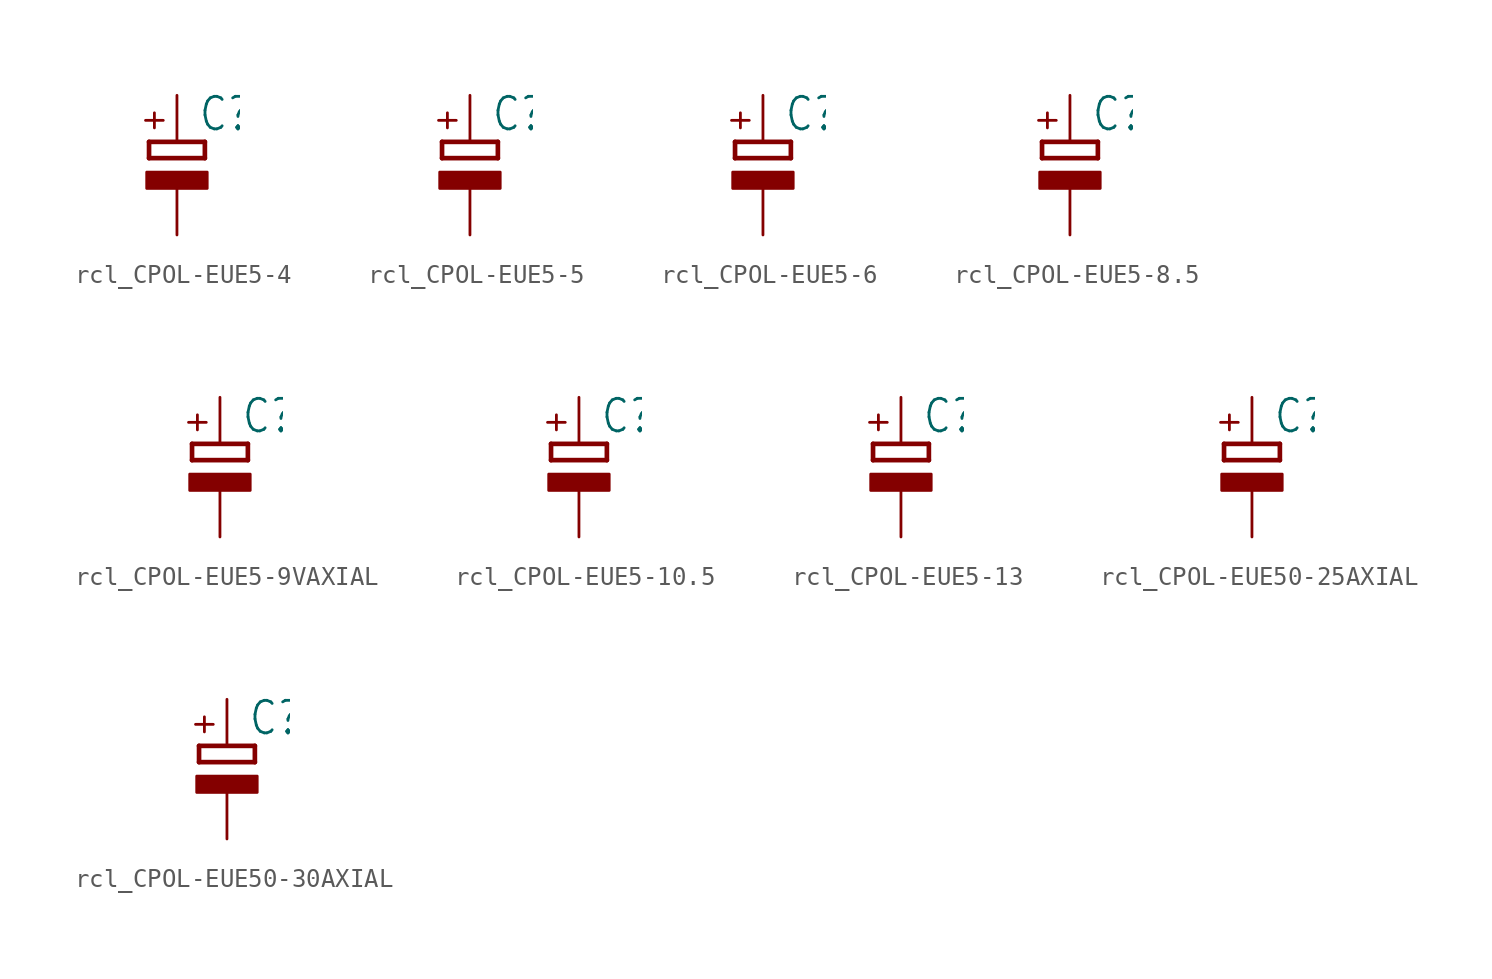
<source format=kicad_sym>
(kicad_symbol_lib
  (version 20241209)
  (generator "kicad_symbol_editor")
  (generator_version "9.0")
  (symbol "rcl_CPOL-EUE5-4"
    (property "Reference" "C"
      (at 1.143 0.483 0)
      (effects (font (size 1.778 1.511)) (justify left bottom)))
    (property "Value" ""
      (at 1.143 -4.597 0)
      (effects (font (size 1.778 1.511)) (justify left bottom)))
    (property "ki_locked" ""
      (at 0 0 0)
      (effects (font (size 1.27 1.27))))
    (symbol "rcl_CPOL-EUE5-4_1_0"
      (rectangle (start -1.651 -2.54) (end 1.651 -1.651) (stroke (width 0) (type default)) (fill (type outline)))
      (polyline (pts (xy -1.524 0) (xy -1.524 -0.889)) (stroke (width 0.254) (type solid)) (fill (type none)))
      (polyline (pts (xy -1.524 0) (xy 1.524 0)) (stroke (width 0.254) (type solid)) (fill (type none)))
      (polyline (pts (xy -1.524 -0.889) (xy 1.524 -0.889)) (stroke (width 0.254) (type solid)) (fill (type none)))
      (polyline (pts (xy 1.524 -0.889) (xy 1.524 0)) (stroke (width 0.254) (type solid)) (fill (type none)))
      (text "+" (at -0.584 0.406 900) (effects (font (size 1.27 1.079)) (justify left bottom)))
      (pin passive line (at 0 2.54 270) (length 2.54) (name "+" (effects (font (size 0 0)))) (number "+" (effects (font (size 0 0)))))
      (pin passive line (at 0 -5.08 90) (length 2.54) (name "-" (effects (font (size 0 0)))) (number "-" (effects (font (size 0 0)))))))
  (symbol "rcl_CPOL-EUE5-5"
    (property "Reference" "C"
      (at 1.143 0.483 0)
      (effects (font (size 1.778 1.511)) (justify left bottom)))
    (property "Value" ""
      (at 1.143 -4.597 0)
      (effects (font (size 1.778 1.511)) (justify left bottom)))
    (property "ki_locked" ""
      (at 0 0 0)
      (effects (font (size 1.27 1.27))))
    (symbol "rcl_CPOL-EUE5-5_1_0"
      (rectangle (start -1.651 -2.54) (end 1.651 -1.651) (stroke (width 0) (type default)) (fill (type outline)))
      (polyline (pts (xy -1.524 0) (xy -1.524 -0.889)) (stroke (width 0.254) (type solid)) (fill (type none)))
      (polyline (pts (xy -1.524 0) (xy 1.524 0)) (stroke (width 0.254) (type solid)) (fill (type none)))
      (polyline (pts (xy -1.524 -0.889) (xy 1.524 -0.889)) (stroke (width 0.254) (type solid)) (fill (type none)))
      (polyline (pts (xy 1.524 -0.889) (xy 1.524 0)) (stroke (width 0.254) (type solid)) (fill (type none)))
      (text "+" (at -0.584 0.406 900) (effects (font (size 1.27 1.079)) (justify left bottom)))
      (pin passive line (at 0 2.54 270) (length 2.54) (name "+" (effects (font (size 0 0)))) (number "+" (effects (font (size 0 0)))))
      (pin passive line (at 0 -5.08 90) (length 2.54) (name "-" (effects (font (size 0 0)))) (number "-" (effects (font (size 0 0)))))))
  (symbol "rcl_CPOL-EUE5-6"
    (property "Reference" "C"
      (at 1.143 0.483 0)
      (effects (font (size 1.778 1.511)) (justify left bottom)))
    (property "Value" ""
      (at 1.143 -4.597 0)
      (effects (font (size 1.778 1.511)) (justify left bottom)))
    (property "ki_locked" ""
      (at 0 0 0)
      (effects (font (size 1.27 1.27))))
    (symbol "rcl_CPOL-EUE5-6_1_0"
      (rectangle (start -1.651 -2.54) (end 1.651 -1.651) (stroke (width 0) (type default)) (fill (type outline)))
      (polyline (pts (xy -1.524 0) (xy -1.524 -0.889)) (stroke (width 0.254) (type solid)) (fill (type none)))
      (polyline (pts (xy -1.524 0) (xy 1.524 0)) (stroke (width 0.254) (type solid)) (fill (type none)))
      (polyline (pts (xy -1.524 -0.889) (xy 1.524 -0.889)) (stroke (width 0.254) (type solid)) (fill (type none)))
      (polyline (pts (xy 1.524 -0.889) (xy 1.524 0)) (stroke (width 0.254) (type solid)) (fill (type none)))
      (text "+" (at -0.584 0.406 900) (effects (font (size 1.27 1.079)) (justify left bottom)))
      (pin passive line (at 0 2.54 270) (length 2.54) (name "+" (effects (font (size 0 0)))) (number "+" (effects (font (size 0 0)))))
      (pin passive line (at 0 -5.08 90) (length 2.54) (name "-" (effects (font (size 0 0)))) (number "-" (effects (font (size 0 0)))))))
  (symbol "rcl_CPOL-EUE5-8.5"
    (property "Reference" "C"
      (at 1.143 0.483 0)
      (effects (font (size 1.778 1.511)) (justify left bottom)))
    (property "Value" ""
      (at 1.143 -4.597 0)
      (effects (font (size 1.778 1.511)) (justify left bottom)))
    (property "ki_locked" ""
      (at 0 0 0)
      (effects (font (size 1.27 1.27))))
    (symbol "rcl_CPOL-EUE5-8.5_1_0"
      (rectangle (start -1.651 -2.54) (end 1.651 -1.651) (stroke (width 0) (type default)) (fill (type outline)))
      (polyline (pts (xy -1.524 0) (xy -1.524 -0.889)) (stroke (width 0.254) (type solid)) (fill (type none)))
      (polyline (pts (xy -1.524 0) (xy 1.524 0)) (stroke (width 0.254) (type solid)) (fill (type none)))
      (polyline (pts (xy -1.524 -0.889) (xy 1.524 -0.889)) (stroke (width 0.254) (type solid)) (fill (type none)))
      (polyline (pts (xy 1.524 -0.889) (xy 1.524 0)) (stroke (width 0.254) (type solid)) (fill (type none)))
      (text "+" (at -0.584 0.406 900) (effects (font (size 1.27 1.079)) (justify left bottom)))
      (pin passive line (at 0 2.54 270) (length 2.54) (name "+" (effects (font (size 0 0)))) (number "+" (effects (font (size 0 0)))))
      (pin passive line (at 0 -5.08 90) (length 2.54) (name "-" (effects (font (size 0 0)))) (number "-" (effects (font (size 0 0)))))))
  (symbol "rcl_CPOL-EUE5-9VAXIAL"
    (property "Reference" "C"
      (at 1.143 0.483 0)
      (effects (font (size 1.778 1.511)) (justify left bottom)))
    (property "Value" ""
      (at 1.143 -4.597 0)
      (effects (font (size 1.778 1.511)) (justify left bottom)))
    (property "ki_locked" ""
      (at 0 0 0)
      (effects (font (size 1.27 1.27))))
    (symbol "rcl_CPOL-EUE5-9VAXIAL_1_0"
      (rectangle (start -1.651 -2.54) (end 1.651 -1.651) (stroke (width 0) (type default)) (fill (type outline)))
      (polyline (pts (xy -1.524 0) (xy -1.524 -0.889)) (stroke (width 0.254) (type solid)) (fill (type none)))
      (polyline (pts (xy -1.524 0) (xy 1.524 0)) (stroke (width 0.254) (type solid)) (fill (type none)))
      (polyline (pts (xy -1.524 -0.889) (xy 1.524 -0.889)) (stroke (width 0.254) (type solid)) (fill (type none)))
      (polyline (pts (xy 1.524 -0.889) (xy 1.524 0)) (stroke (width 0.254) (type solid)) (fill (type none)))
      (text "+" (at -0.584 0.406 900) (effects (font (size 1.27 1.079)) (justify left bottom)))
      (pin passive line (at 0 2.54 270) (length 2.54) (name "+" (effects (font (size 0 0)))) (number "+" (effects (font (size 0 0)))))
      (pin passive line (at 0 -5.08 90) (length 2.54) (name "-" (effects (font (size 0 0)))) (number "-" (effects (font (size 0 0)))))))
  (symbol "rcl_CPOL-EUE5-10.5"
    (property "Reference" "C"
      (at 1.143 0.483 0)
      (effects (font (size 1.778 1.511)) (justify left bottom)))
    (property "Value" ""
      (at 1.143 -4.597 0)
      (effects (font (size 1.778 1.511)) (justify left bottom)))
    (property "ki_locked" ""
      (at 0 0 0)
      (effects (font (size 1.27 1.27))))
    (symbol "rcl_CPOL-EUE5-10.5_1_0"
      (rectangle (start -1.651 -2.54) (end 1.651 -1.651) (stroke (width 0) (type default)) (fill (type outline)))
      (polyline (pts (xy -1.524 0) (xy -1.524 -0.889)) (stroke (width 0.254) (type solid)) (fill (type none)))
      (polyline (pts (xy -1.524 0) (xy 1.524 0)) (stroke (width 0.254) (type solid)) (fill (type none)))
      (polyline (pts (xy -1.524 -0.889) (xy 1.524 -0.889)) (stroke (width 0.254) (type solid)) (fill (type none)))
      (polyline (pts (xy 1.524 -0.889) (xy 1.524 0)) (stroke (width 0.254) (type solid)) (fill (type none)))
      (text "+" (at -0.584 0.406 900) (effects (font (size 1.27 1.079)) (justify left bottom)))
      (pin passive line (at 0 2.54 270) (length 2.54) (name "+" (effects (font (size 0 0)))) (number "+" (effects (font (size 0 0)))))
      (pin passive line (at 0 -5.08 90) (length 2.54) (name "-" (effects (font (size 0 0)))) (number "-" (effects (font (size 0 0)))))))
  (symbol "rcl_CPOL-EUE5-13"
    (property "Reference" "C"
      (at 1.143 0.483 0)
      (effects (font (size 1.778 1.511)) (justify left bottom)))
    (property "Value" ""
      (at 1.143 -4.597 0)
      (effects (font (size 1.778 1.511)) (justify left bottom)))
    (property "ki_locked" ""
      (at 0 0 0)
      (effects (font (size 1.27 1.27))))
    (symbol "rcl_CPOL-EUE5-13_1_0"
      (rectangle (start -1.651 -2.54) (end 1.651 -1.651) (stroke (width 0) (type default)) (fill (type outline)))
      (polyline (pts (xy -1.524 0) (xy -1.524 -0.889)) (stroke (width 0.254) (type solid)) (fill (type none)))
      (polyline (pts (xy -1.524 0) (xy 1.524 0)) (stroke (width 0.254) (type solid)) (fill (type none)))
      (polyline (pts (xy -1.524 -0.889) (xy 1.524 -0.889)) (stroke (width 0.254) (type solid)) (fill (type none)))
      (polyline (pts (xy 1.524 -0.889) (xy 1.524 0)) (stroke (width 0.254) (type solid)) (fill (type none)))
      (text "+" (at -0.584 0.406 900) (effects (font (size 1.27 1.079)) (justify left bottom)))
      (pin passive line (at 0 2.54 270) (length 2.54) (name "+" (effects (font (size 0 0)))) (number "+" (effects (font (size 0 0)))))
      (pin passive line (at 0 -5.08 90) (length 2.54) (name "-" (effects (font (size 0 0)))) (number "-" (effects (font (size 0 0)))))))
  (symbol "rcl_CPOL-EUE50-25AXIAL"
    (property "Reference" "C"
      (at 1.143 0.483 0)
      (effects (font (size 1.778 1.511)) (justify left bottom)))
    (property "Value" ""
      (at 1.143 -4.597 0)
      (effects (font (size 1.778 1.511)) (justify left bottom)))
    (property "ki_locked" ""
      (at 0 0 0)
      (effects (font (size 1.27 1.27))))
    (symbol "rcl_CPOL-EUE50-25AXIAL_1_0"
      (rectangle (start -1.651 -2.54) (end 1.651 -1.651) (stroke (width 0) (type default)) (fill (type outline)))
      (polyline (pts (xy -1.524 0) (xy -1.524 -0.889)) (stroke (width 0.254) (type solid)) (fill (type none)))
      (polyline (pts (xy -1.524 0) (xy 1.524 0)) (stroke (width 0.254) (type solid)) (fill (type none)))
      (polyline (pts (xy -1.524 -0.889) (xy 1.524 -0.889)) (stroke (width 0.254) (type solid)) (fill (type none)))
      (polyline (pts (xy 1.524 -0.889) (xy 1.524 0)) (stroke (width 0.254) (type solid)) (fill (type none)))
      (text "+" (at -0.584 0.406 900) (effects (font (size 1.27 1.079)) (justify left bottom)))
      (pin passive line (at 0 2.54 270) (length 2.54) (name "+" (effects (font (size 0 0)))) (number "+" (effects (font (size 0 0)))))
      (pin passive line (at 0 -5.08 90) (length 2.54) (name "-" (effects (font (size 0 0)))) (number "-" (effects (font (size 0 0)))))))
  (symbol "rcl_CPOL-EUE50-30AXIAL"
    (property "Reference" "C"
      (at 1.143 0.483 0)
      (effects (font (size 1.778 1.511)) (justify left bottom)))
    (property "Value" ""
      (at 1.143 -4.597 0)
      (effects (font (size 1.778 1.511)) (justify left bottom)))
    (property "ki_locked" ""
      (at 0 0 0)
      (effects (font (size 1.27 1.27))))
    (symbol "rcl_CPOL-EUE50-30AXIAL_1_0"
      (rectangle (start -1.651 -2.54) (end 1.651 -1.651) (stroke (width 0) (type default)) (fill (type outline)))
      (polyline (pts (xy -1.524 0) (xy -1.524 -0.889)) (stroke (width 0.254) (type solid)) (fill (type none)))
      (polyline (pts (xy -1.524 0) (xy 1.524 0)) (stroke (width 0.254) (type solid)) (fill (type none)))
      (polyline (pts (xy -1.524 -0.889) (xy 1.524 -0.889)) (stroke (width 0.254) (type solid)) (fill (type none)))
      (polyline (pts (xy 1.524 -0.889) (xy 1.524 0)) (stroke (width 0.254) (type solid)) (fill (type none)))
      (text "+" (at -0.584 0.406 900) (effects (font (size 1.27 1.079)) (justify left bottom)))
      (pin passive line (at 0 2.54 270) (length 2.54) (name "+" (effects (font (size 0 0)))) (number "+" (effects (font (size 0 0)))))
      (pin passive line (at 0 -5.08 90) (length 2.54) (name "-" (effects (font (size 0 0)))) (number "-" (effects (font (size 0 0))))))))
</source>
